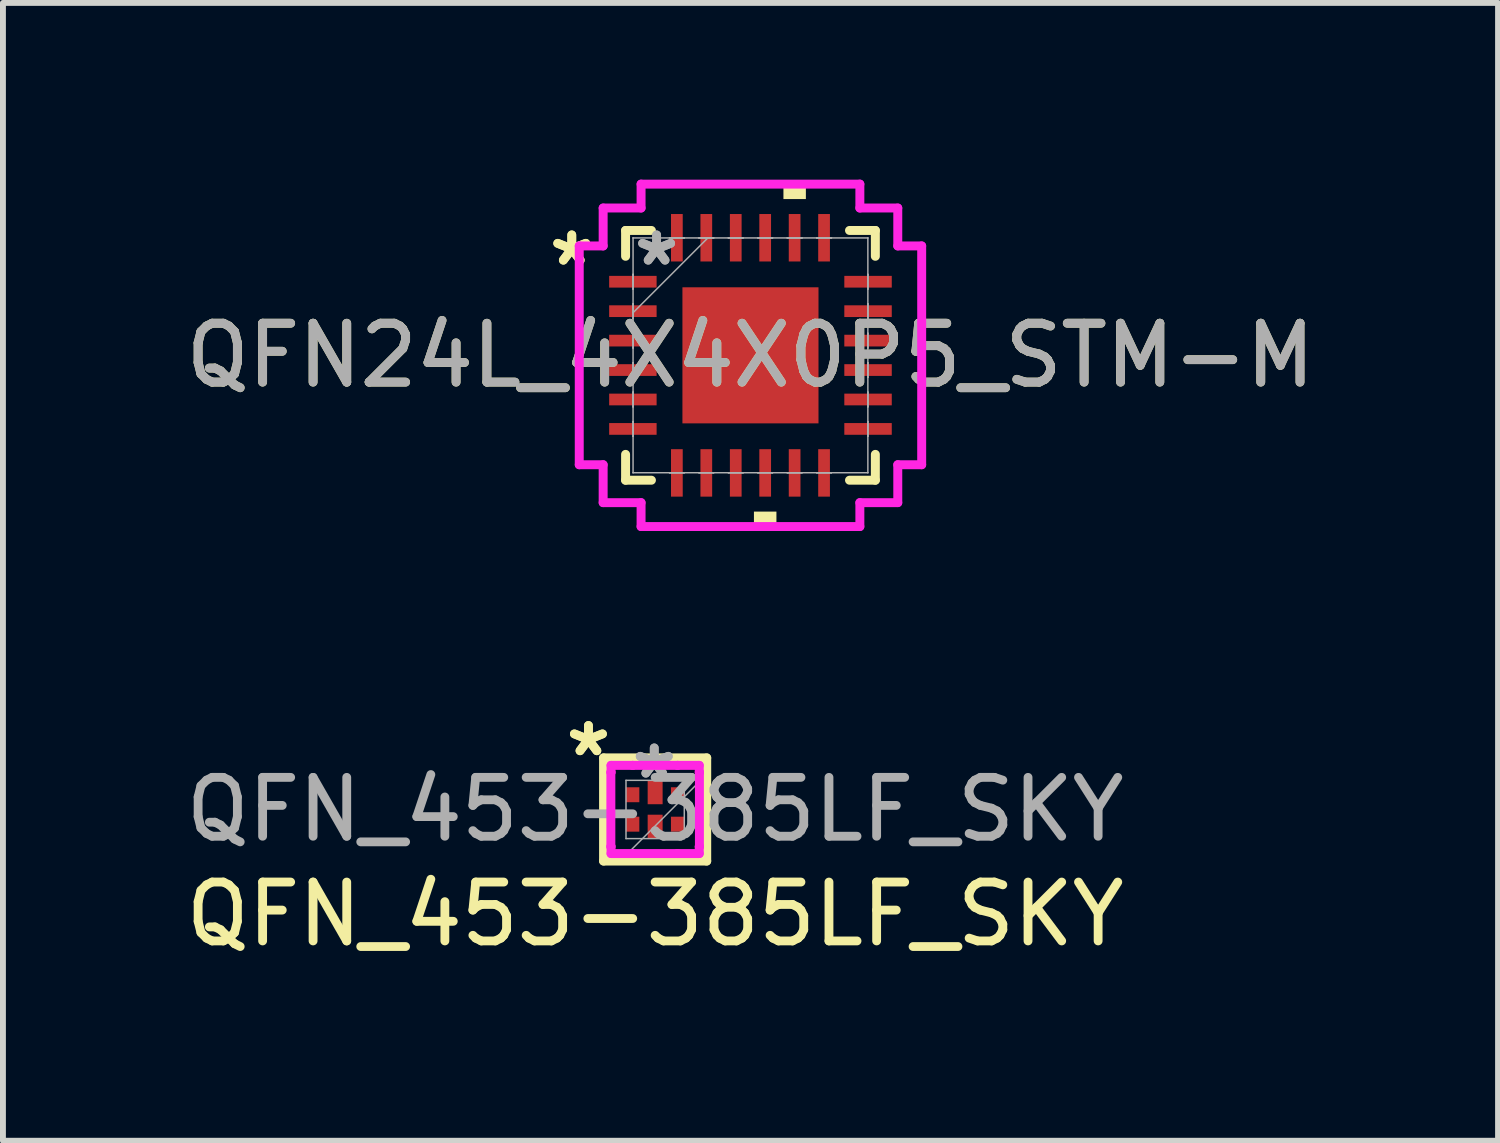
<source format=kicad_pcb>
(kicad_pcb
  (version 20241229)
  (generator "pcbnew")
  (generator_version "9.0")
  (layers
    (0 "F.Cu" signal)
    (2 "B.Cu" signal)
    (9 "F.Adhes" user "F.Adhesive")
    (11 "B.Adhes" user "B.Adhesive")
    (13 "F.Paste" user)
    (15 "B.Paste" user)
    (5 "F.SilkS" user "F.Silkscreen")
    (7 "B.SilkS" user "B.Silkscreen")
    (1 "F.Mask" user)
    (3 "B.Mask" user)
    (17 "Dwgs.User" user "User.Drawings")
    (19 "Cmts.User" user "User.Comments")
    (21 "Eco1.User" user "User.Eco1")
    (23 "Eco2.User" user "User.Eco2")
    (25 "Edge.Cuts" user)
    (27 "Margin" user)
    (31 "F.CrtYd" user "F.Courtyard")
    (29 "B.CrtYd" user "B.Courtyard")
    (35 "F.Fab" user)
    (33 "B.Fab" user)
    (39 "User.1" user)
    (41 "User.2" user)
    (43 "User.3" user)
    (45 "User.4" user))
  (footprint "QFN_453-385LF_SKY"
    (layer "F.Cu")
    (at 8.077 10.698)
    (property "Reference" "QFN_453-385LF_SKY" (at 0 1.778 0) (unlocked yes) (layer "F.SilkS") (effects (font (size 1 1) (thickness 0.15))))
    (attr smd)
    (fp_line (start -0.876 -0.876) (end -0.876 0.876) (stroke (width 0.152) (type solid)) (layer "F.SilkS"))
    (fp_line (start -0.876 0.876) (end 0.876 0.876) (stroke (width 0.152) (type solid)) (layer "F.SilkS"))
    (fp_line (start 0.876 -0.876) (end -0.876 -0.876) (stroke (width 0.152) (type solid)) (layer "F.SilkS"))
    (fp_line (start 0.876 0.876) (end 0.876 -0.876) (stroke (width 0.152) (type solid)) (layer "F.SilkS"))
    (fp_line (start -0.752 -0.631) (end -0.749 -0.631) (stroke (width 0.152) (type solid)) (layer "F.CrtYd"))
    (fp_line (start -0.752 0.631) (end -0.752 -0.631) (stroke (width 0.152) (type solid)) (layer "F.CrtYd"))
    (fp_line (start -0.749 -0.749) (end -0.381 -0.749) (stroke (width 0.152) (type solid)) (layer "F.CrtYd"))
    (fp_line (start -0.749 -0.631) (end -0.749 -0.749) (stroke (width 0.152) (type solid)) (layer "F.CrtYd"))
    (fp_line (start -0.749 0.631) (end -0.752 0.631) (stroke (width 0.152) (type solid)) (layer "F.CrtYd"))
    (fp_line (start -0.749 0.749) (end -0.749 0.631) (stroke (width 0.152) (type solid)) (layer "F.CrtYd"))
    (fp_line (start -0.381 -0.749) (end -0.381 -0.749) (stroke (width 0.152) (type solid)) (layer "F.CrtYd"))
    (fp_line (start -0.381 -0.749) (end 0.381 -0.749) (stroke (width 0.152) (type solid)) (layer "F.CrtYd"))
    (fp_line (start -0.381 0.749) (end -0.749 0.749) (stroke (width 0.152) (type solid)) (layer "F.CrtYd"))
    (fp_line (start -0.381 0.749) (end -0.381 0.749) (stroke (width 0.152) (type solid)) (layer "F.CrtYd"))
    (fp_line (start 0.381 -0.749) (end 0.381 -0.749) (stroke (width 0.152) (type solid)) (layer "F.CrtYd"))
    (fp_line (start 0.381 -0.749) (end 0.749 -0.749) (stroke (width 0.152) (type solid)) (layer "F.CrtYd"))
    (fp_line (start 0.381 0.749) (end -0.381 0.749) (stroke (width 0.152) (type solid)) (layer "F.CrtYd"))
    (fp_line (start 0.381 0.749) (end 0.381 0.749) (stroke (width 0.152) (type solid)) (layer "F.CrtYd"))
    (fp_line (start 0.749 -0.749) (end 0.749 -0.631) (stroke (width 0.152) (type solid)) (layer "F.CrtYd"))
    (fp_line (start 0.749 -0.631) (end 0.752 -0.631) (stroke (width 0.152) (type solid)) (layer "F.CrtYd"))
    (fp_line (start 0.749 0.631) (end 0.749 0.749) (stroke (width 0.152) (type solid)) (layer "F.CrtYd"))
    (fp_line (start 0.749 0.749) (end 0.381 0.749) (stroke (width 0.152) (type solid)) (layer "F.CrtYd"))
    (fp_line (start 0.752 -0.631) (end 0.752 0.631) (stroke (width 0.152) (type solid)) (layer "F.CrtYd"))
    (fp_line (start 0.752 0.631) (end 0.749 0.631) (stroke (width 0.152) (type solid)) (layer "F.CrtYd"))
    (fp_line (start -0.495 -0.495) (end -0.495 0.495) (stroke (width 0.025) (type solid)) (layer "F.Fab"))
    (fp_line (start -0.495 0.495) (end 0.495 0.495) (stroke (width 0.025) (type solid)) (layer "F.Fab"))
    (fp_line (start -0.495 0.775) (end 0.775 -0.495) (stroke (width 0.025) (type solid)) (layer "F.Fab"))
    (fp_line (start 0.495 -0.495) (end -0.495 -0.495) (stroke (width 0.025) (type solid)) (layer "F.Fab"))
    (fp_line (start 0.495 0.495) (end 0.495 -0.495) (stroke (width 0.025) (type solid)) (layer "F.Fab"))
    (fp_text user "*" (at -1.133 -0.881 0) (layer "F.SilkS") (effects (font (size 1 1) (thickness 0.15))))
    (fp_text user "*" (at -1.133 -0.881 0) (unlocked yes) (layer "F.SilkS") (effects (font (size 1 1) (thickness 0.15))))
    (fp_text user "*" (at -0.015 -0.5 0) (layer "F.Fab") (effects (font (size 1 1) (thickness 0.15))))
    (fp_text user "*" (at -0.015 -0.5 0) (unlocked yes) (layer "F.Fab") (effects (font (size 1 1) (thickness 0.15))))
    (fp_text user "${REFERENCE}" (at 0 0 0) (unlocked yes) (layer "F.Fab") (effects (font (size 1 1) (thickness 0.15))))
    (pad "1" smd rect (at -0.383 -0.25 90) (size 0.254 0.229) (layers "F.Cu" "F.Mask" "F.Paste"))
    (pad "2" smd rect (at -0.383 0.25 90) (size 0.254 0.229) (layers "F.Cu" "F.Mask" "F.Paste"))
    (pad "3" smd rect (at 0 0.292) (size 0.254 0.406) (layers "F.Cu" "F.Mask" "F.Paste"))
    (pad "4" smd rect (at 0.383 0.25 90) (size 0.254 0.229) (layers "F.Cu" "F.Mask" "F.Paste"))
    (pad "5" smd rect (at 0.383 -0.25 90) (size 0.254 0.229) (layers "F.Cu" "F.Mask" "F.Paste"))
    (pad "6" smd rect (at 0 -0.292) (size 0.254 0.406) (layers "F.Cu" "F.Mask" "F.Paste")))
  (footprint "QFN24L_4X4X0P5_STM-M"
    (layer "F.Cu")
    (at 9.696 2.985)
    (property "Reference" "QFN24L_4X4X0P5_STM-M" (at 0 0 0) (unlocked yes) (layer "F.SilkS") (effects (font (size 1 1) (thickness 0.15))))
    (attr smd)
    (fp_line (start -2.121 -2.121) (end -2.121 -1.682) (stroke (width 0.152) (type solid)) (layer "F.SilkS"))
    (fp_line (start -2.121 1.682) (end -2.121 2.121) (stroke (width 0.152) (type solid)) (layer "F.SilkS"))
    (fp_line (start -2.121 2.121) (end -1.682 2.121) (stroke (width 0.152) (type solid)) (layer "F.SilkS"))
    (fp_line (start -1.682 -2.121) (end -2.121 -2.121) (stroke (width 0.152) (type solid)) (layer "F.SilkS"))
    (fp_line (start 1.682 2.121) (end 2.121 2.121) (stroke (width 0.152) (type solid)) (layer "F.SilkS"))
    (fp_line (start 2.121 -2.121) (end 1.682 -2.121) (stroke (width 0.152) (type solid)) (layer "F.SilkS"))
    (fp_line (start 2.121 -1.682) (end 2.121 -2.121) (stroke (width 0.152) (type solid)) (layer "F.SilkS"))
    (fp_line (start 2.121 2.121) (end 2.121 1.682) (stroke (width 0.152) (type solid)) (layer "F.SilkS"))
    (fp_poly (pts (xy 0.059 2.654) (xy 0.059 2.908) (xy 0.441 2.908) (xy 0.441 2.654)) (stroke (width 0) (type solid)) (fill yes) (layer "F.SilkS"))
    (fp_poly (pts (xy 0.56 -2.654) (xy 0.56 -2.908) (xy 0.941 -2.908) (xy 0.941 -2.654)) (stroke (width 0) (type solid)) (fill yes) (layer "F.SilkS"))
    (fp_line (start -2.908 -1.858) (end -2.502 -1.858) (stroke (width 0.152) (type solid)) (layer "F.CrtYd"))
    (fp_line (start -2.908 1.858) (end -2.908 -1.858) (stroke (width 0.152) (type solid)) (layer "F.CrtYd"))
    (fp_line (start -2.502 -2.502) (end -1.858 -2.502) (stroke (width 0.152) (type solid)) (layer "F.CrtYd"))
    (fp_line (start -2.502 -1.858) (end -2.502 -2.502) (stroke (width 0.152) (type solid)) (layer "F.CrtYd"))
    (fp_line (start -2.502 1.858) (end -2.908 1.858) (stroke (width 0.152) (type solid)) (layer "F.CrtYd"))
    (fp_line (start -2.502 2.502) (end -2.502 1.858) (stroke (width 0.152) (type solid)) (layer "F.CrtYd"))
    (fp_line (start -1.858 -2.908) (end 1.858 -2.908) (stroke (width 0.152) (type solid)) (layer "F.CrtYd"))
    (fp_line (start -1.858 -2.502) (end -1.858 -2.908) (stroke (width 0.152) (type solid)) (layer "F.CrtYd"))
    (fp_line (start -1.858 2.502) (end -2.502 2.502) (stroke (width 0.152) (type solid)) (layer "F.CrtYd"))
    (fp_line (start -1.858 2.908) (end -1.858 2.502) (stroke (width 0.152) (type solid)) (layer "F.CrtYd"))
    (fp_line (start 1.858 -2.908) (end 1.858 -2.502) (stroke (width 0.152) (type solid)) (layer "F.CrtYd"))
    (fp_line (start 1.858 -2.502) (end 2.502 -2.502) (stroke (width 0.152) (type solid)) (layer "F.CrtYd"))
    (fp_line (start 1.858 2.502) (end 1.858 2.908) (stroke (width 0.152) (type solid)) (layer "F.CrtYd"))
    (fp_line (start 1.858 2.908) (end -1.858 2.908) (stroke (width 0.152) (type solid)) (layer "F.CrtYd"))
    (fp_line (start 2.502 -2.502) (end 2.502 -1.858) (stroke (width 0.152) (type solid)) (layer "F.CrtYd"))
    (fp_line (start 2.502 -1.858) (end 2.908 -1.858) (stroke (width 0.152) (type solid)) (layer "F.CrtYd"))
    (fp_line (start 2.502 1.858) (end 2.502 2.502) (stroke (width 0.152) (type solid)) (layer "F.CrtYd"))
    (fp_line (start 2.502 2.502) (end 1.858 2.502) (stroke (width 0.152) (type solid)) (layer "F.CrtYd"))
    (fp_line (start 2.908 -1.858) (end 2.908 1.858) (stroke (width 0.152) (type solid)) (layer "F.CrtYd"))
    (fp_line (start 2.908 1.858) (end 2.502 1.858) (stroke (width 0.152) (type solid)) (layer "F.CrtYd"))
    (fp_line (start -1.994 -1.994) (end -1.994 -1.994) (stroke (width 0.025) (type solid)) (layer "F.Fab"))
    (fp_line (start -1.994 -1.994) (end -1.994 1.994) (stroke (width 0.025) (type solid)) (layer "F.Fab"))
    (fp_line (start -1.994 -1.375) (end -1.994 -1.375) (stroke (width 0.025) (type solid)) (layer "F.Fab"))
    (fp_line (start -1.994 -1.375) (end -1.994 -1.125) (stroke (width 0.025) (type solid)) (layer "F.Fab"))
    (fp_line (start -1.994 -1.125) (end -1.994 -1.375) (stroke (width 0.025) (type solid)) (layer "F.Fab"))
    (fp_line (start -1.994 -1.125) (end -1.994 -1.125) (stroke (width 0.025) (type solid)) (layer "F.Fab"))
    (fp_line (start -1.994 -0.875) (end -1.994 -0.875) (stroke (width 0.025) (type solid)) (layer "F.Fab"))
    (fp_line (start -1.994 -0.875) (end -1.994 -0.625) (stroke (width 0.025) (type solid)) (layer "F.Fab"))
    (fp_line (start -1.994 -0.724) (end -0.724 -1.994) (stroke (width 0.025) (type solid)) (layer "F.Fab"))
    (fp_line (start -1.994 -0.625) (end -1.994 -0.875) (stroke (width 0.025) (type solid)) (layer "F.Fab"))
    (fp_line (start -1.994 -0.625) (end -1.994 -0.625) (stroke (width 0.025) (type solid)) (layer "F.Fab"))
    (fp_line (start -1.994 -0.375) (end -1.994 -0.375) (stroke (width 0.025) (type solid)) (layer "F.Fab"))
    (fp_line (start -1.994 -0.375) (end -1.994 -0.125) (stroke (width 0.025) (type solid)) (layer "F.Fab"))
    (fp_line (start -1.994 -0.125) (end -1.994 -0.375) (stroke (width 0.025) (type solid)) (layer "F.Fab"))
    (fp_line (start -1.994 -0.125) (end -1.994 -0.125) (stroke (width 0.025) (type solid)) (layer "F.Fab"))
    (fp_line (start -1.994 0.125) (end -1.994 0.125) (stroke (width 0.025) (type solid)) (layer "F.Fab"))
    (fp_line (start -1.994 0.125) (end -1.994 0.375) (stroke (width 0.025) (type solid)) (layer "F.Fab"))
    (fp_line (start -1.994 0.375) (end -1.994 0.125) (stroke (width 0.025) (type solid)) (layer "F.Fab"))
    (fp_line (start -1.994 0.375) (end -1.994 0.375) (stroke (width 0.025) (type solid)) (layer "F.Fab"))
    (fp_line (start -1.994 0.625) (end -1.994 0.625) (stroke (width 0.025) (type solid)) (layer "F.Fab"))
    (fp_line (start -1.994 0.625) (end -1.994 0.875) (stroke (width 0.025) (type solid)) (layer "F.Fab"))
    (fp_line (start -1.994 0.875) (end -1.994 0.625) (stroke (width 0.025) (type solid)) (layer "F.Fab"))
    (fp_line (start -1.994 0.875) (end -1.994 0.875) (stroke (width 0.025) (type solid)) (layer "F.Fab"))
    (fp_line (start -1.994 1.125) (end -1.994 1.125) (stroke (width 0.025) (type solid)) (layer "F.Fab"))
    (fp_line (start -1.994 1.125) (end -1.994 1.375) (stroke (width 0.025) (type solid)) (layer "F.Fab"))
    (fp_line (start -1.994 1.375) (end -1.994 1.125) (stroke (width 0.025) (type solid)) (layer "F.Fab"))
    (fp_line (start -1.994 1.375) (end -1.994 1.375) (stroke (width 0.025) (type solid)) (layer "F.Fab"))
    (fp_line (start -1.994 1.994) (end -1.994 1.994) (stroke (width 0.025) (type solid)) (layer "F.Fab"))
    (fp_line (start -1.994 1.994) (end 1.994 1.994) (stroke (width 0.025) (type solid)) (layer "F.Fab"))
    (fp_line (start -1.375 -1.994) (end -1.375 -1.994) (stroke (width 0.025) (type solid)) (layer "F.Fab"))
    (fp_line (start -1.375 -1.994) (end -1.125 -1.994) (stroke (width 0.025) (type solid)) (layer "F.Fab"))
    (fp_line (start -1.375 1.994) (end -1.375 1.994) (stroke (width 0.025) (type solid)) (layer "F.Fab"))
    (fp_line (start -1.375 1.994) (end -1.125 1.994) (stroke (width 0.025) (type solid)) (layer "F.Fab"))
    (fp_line (start -1.125 -1.994) (end -1.375 -1.994) (stroke (width 0.025) (type solid)) (layer "F.Fab"))
    (fp_line (start -1.125 -1.994) (end -1.125 -1.994) (stroke (width 0.025) (type solid)) (layer "F.Fab"))
    (fp_line (start -1.125 1.994) (end -1.375 1.994) (stroke (width 0.025) (type solid)) (layer "F.Fab"))
    (fp_line (start -1.125 1.994) (end -1.125 1.994) (stroke (width 0.025) (type solid)) (layer "F.Fab"))
    (fp_line (start -0.875 -1.994) (end -0.875 -1.994) (stroke (width 0.025) (type solid)) (layer "F.Fab"))
    (fp_line (start -0.875 -1.994) (end -0.625 -1.994) (stroke (width 0.025) (type solid)) (layer "F.Fab"))
    (fp_line (start -0.875 1.994) (end -0.875 1.994) (stroke (width 0.025) (type solid)) (layer "F.Fab"))
    (fp_line (start -0.875 1.994) (end -0.625 1.994) (stroke (width 0.025) (type solid)) (layer "F.Fab"))
    (fp_line (start -0.625 -1.994) (end -0.875 -1.994) (stroke (width 0.025) (type solid)) (layer "F.Fab"))
    (fp_line (start -0.625 -1.994) (end -0.625 -1.994) (stroke (width 0.025) (type solid)) (layer "F.Fab"))
    (fp_line (start -0.625 1.994) (end -0.875 1.994) (stroke (width 0.025) (type solid)) (layer "F.Fab"))
    (fp_line (start -0.625 1.994) (end -0.625 1.994) (stroke (width 0.025) (type solid)) (layer "F.Fab"))
    (fp_line (start -0.375 -1.994) (end -0.375 -1.994) (stroke (width 0.025) (type solid)) (layer "F.Fab"))
    (fp_line (start -0.375 -1.994) (end -0.125 -1.994) (stroke (width 0.025) (type solid)) (layer "F.Fab"))
    (fp_line (start -0.375 1.994) (end -0.375 1.994) (stroke (width 0.025) (type solid)) (layer "F.Fab"))
    (fp_line (start -0.375 1.994) (end -0.125 1.994) (stroke (width 0.025) (type solid)) (layer "F.Fab"))
    (fp_line (start -0.125 -1.994) (end -0.375 -1.994) (stroke (width 0.025) (type solid)) (layer "F.Fab"))
    (fp_line (start -0.125 -1.994) (end -0.125 -1.994) (stroke (width 0.025) (type solid)) (layer "F.Fab"))
    (fp_line (start -0.125 1.994) (end -0.375 1.994) (stroke (width 0.025) (type solid)) (layer "F.Fab"))
    (fp_line (start -0.125 1.994) (end -0.125 1.994) (stroke (width 0.025) (type solid)) (layer "F.Fab"))
    (fp_line (start 0.125 -1.994) (end 0.125 -1.994) (stroke (width 0.025) (type solid)) (layer "F.Fab"))
    (fp_line (start 0.125 -1.994) (end 0.375 -1.994) (stroke (width 0.025) (type solid)) (layer "F.Fab"))
    (fp_line (start 0.125 1.994) (end 0.125 1.994) (stroke (width 0.025) (type solid)) (layer "F.Fab"))
    (fp_line (start 0.125 1.994) (end 0.375 1.994) (stroke (width 0.025) (type solid)) (layer "F.Fab"))
    (fp_line (start 0.375 -1.994) (end 0.125 -1.994) (stroke (width 0.025) (type solid)) (layer "F.Fab"))
    (fp_line (start 0.375 -1.994) (end 0.375 -1.994) (stroke (width 0.025) (type solid)) (layer "F.Fab"))
    (fp_line (start 0.375 1.994) (end 0.125 1.994) (stroke (width 0.025) (type solid)) (layer "F.Fab"))
    (fp_line (start 0.375 1.994) (end 0.375 1.994) (stroke (width 0.025) (type solid)) (layer "F.Fab"))
    (fp_line (start 0.625 -1.994) (end 0.625 -1.994) (stroke (width 0.025) (type solid)) (layer "F.Fab"))
    (fp_line (start 0.625 -1.994) (end 0.875 -1.994) (stroke (width 0.025) (type solid)) (layer "F.Fab"))
    (fp_line (start 0.625 1.994) (end 0.625 1.994) (stroke (width 0.025) (type solid)) (layer "F.Fab"))
    (fp_line (start 0.625 1.994) (end 0.875 1.994) (stroke (width 0.025) (type solid)) (layer "F.Fab"))
    (fp_line (start 0.875 -1.994) (end 0.625 -1.994) (stroke (width 0.025) (type solid)) (layer "F.Fab"))
    (fp_line (start 0.875 -1.994) (end 0.875 -1.994) (stroke (width 0.025) (type solid)) (layer "F.Fab"))
    (fp_line (start 0.875 1.994) (end 0.625 1.994) (stroke (width 0.025) (type solid)) (layer "F.Fab"))
    (fp_line (start 0.875 1.994) (end 0.875 1.994) (stroke (width 0.025) (type solid)) (layer "F.Fab"))
    (fp_line (start 1.125 -1.994) (end 1.125 -1.994) (stroke (width 0.025) (type solid)) (layer "F.Fab"))
    (fp_line (start 1.125 -1.994) (end 1.375 -1.994) (stroke (width 0.025) (type solid)) (layer "F.Fab"))
    (fp_line (start 1.125 1.994) (end 1.125 1.994) (stroke (width 0.025) (type solid)) (layer "F.Fab"))
    (fp_line (start 1.125 1.994) (end 1.375 1.994) (stroke (width 0.025) (type solid)) (layer "F.Fab"))
    (fp_line (start 1.375 -1.994) (end 1.125 -1.994) (stroke (width 0.025) (type solid)) (layer "F.Fab"))
    (fp_line (start 1.375 -1.994) (end 1.375 -1.994) (stroke (width 0.025) (type solid)) (layer "F.Fab"))
    (fp_line (start 1.375 1.994) (end 1.125 1.994) (stroke (width 0.025) (type solid)) (layer "F.Fab"))
    (fp_line (start 1.375 1.994) (end 1.375 1.994) (stroke (width 0.025) (type solid)) (layer "F.Fab"))
    (fp_line (start 1.994 -1.994) (end -1.994 -1.994) (stroke (width 0.025) (type solid)) (layer "F.Fab"))
    (fp_line (start 1.994 -1.994) (end 1.994 -1.994) (stroke (width 0.025) (type solid)) (layer "F.Fab"))
    (fp_line (start 1.994 -1.375) (end 1.994 -1.375) (stroke (width 0.025) (type solid)) (layer "F.Fab"))
    (fp_line (start 1.994 -1.375) (end 1.994 -1.125) (stroke (width 0.025) (type solid)) (layer "F.Fab"))
    (fp_line (start 1.994 -1.125) (end 1.994 -1.375) (stroke (width 0.025) (type solid)) (layer "F.Fab"))
    (fp_line (start 1.994 -1.125) (end 1.994 -1.125) (stroke (width 0.025) (type solid)) (layer "F.Fab"))
    (fp_line (start 1.994 -0.875) (end 1.994 -0.875) (stroke (width 0.025) (type solid)) (layer "F.Fab"))
    (fp_line (start 1.994 -0.875) (end 1.994 -0.625) (stroke (width 0.025) (type solid)) (layer "F.Fab"))
    (fp_line (start 1.994 -0.625) (end 1.994 -0.875) (stroke (width 0.025) (type solid)) (layer "F.Fab"))
    (fp_line (start 1.994 -0.625) (end 1.994 -0.625) (stroke (width 0.025) (type solid)) (layer "F.Fab"))
    (fp_line (start 1.994 -0.375) (end 1.994 -0.375) (stroke (width 0.025) (type solid)) (layer "F.Fab"))
    (fp_line (start 1.994 -0.375) (end 1.994 -0.125) (stroke (width 0.025) (type solid)) (layer "F.Fab"))
    (fp_line (start 1.994 -0.125) (end 1.994 -0.375) (stroke (width 0.025) (type solid)) (layer "F.Fab"))
    (fp_line (start 1.994 -0.125) (end 1.994 -0.125) (stroke (width 0.025) (type solid)) (layer "F.Fab"))
    (fp_line (start 1.994 0.125) (end 1.994 0.125) (stroke (width 0.025) (type solid)) (layer "F.Fab"))
    (fp_line (start 1.994 0.125) (end 1.994 0.375) (stroke (width 0.025) (type solid)) (layer "F.Fab"))
    (fp_line (start 1.994 0.375) (end 1.994 0.125) (stroke (width 0.025) (type solid)) (layer "F.Fab"))
    (fp_line (start 1.994 0.375) (end 1.994 0.375) (stroke (width 0.025) (type solid)) (layer "F.Fab"))
    (fp_line (start 1.994 0.625) (end 1.994 0.625) (stroke (width 0.025) (type solid)) (layer "F.Fab"))
    (fp_line (start 1.994 0.625) (end 1.994 0.875) (stroke (width 0.025) (type solid)) (layer "F.Fab"))
    (fp_line (start 1.994 0.875) (end 1.994 0.625) (stroke (width 0.025) (type solid)) (layer "F.Fab"))
    (fp_line (start 1.994 0.875) (end 1.994 0.875) (stroke (width 0.025) (type solid)) (layer "F.Fab"))
    (fp_line (start 1.994 1.125) (end 1.994 1.125) (stroke (width 0.025) (type solid)) (layer "F.Fab"))
    (fp_line (start 1.994 1.125) (end 1.994 1.375) (stroke (width 0.025) (type solid)) (layer "F.Fab"))
    (fp_line (start 1.994 1.375) (end 1.994 1.125) (stroke (width 0.025) (type solid)) (layer "F.Fab"))
    (fp_line (start 1.994 1.375) (end 1.994 1.375) (stroke (width 0.025) (type solid)) (layer "F.Fab"))
    (fp_line (start 1.994 1.994) (end 1.994 -1.994) (stroke (width 0.025) (type solid)) (layer "F.Fab"))
    (fp_line (start 1.994 1.994) (end 1.994 1.994) (stroke (width 0.025) (type solid)) (layer "F.Fab"))
    (fp_text user "*" (at -3.035 -1.5 0) (unlocked yes) (layer "F.SilkS") (effects (font (size 1 1) (thickness 0.15))))
    (fp_text user "*" (at -3.035 -1.5 0) (layer "F.SilkS") (effects (font (size 1 1) (thickness 0.15))))
    (fp_text user "*" (at -1.594 -1.5 0) (layer "F.Fab") (effects (font (size 1 1) (thickness 0.15))))
    (fp_text user "${REFERENCE}" (at 0 0 0) (unlocked yes) (layer "F.Fab") (effects (font (size 1 1) (thickness 0.15))))
    (fp_text user "*" (at -1.594 -1.5 0) (unlocked yes) (layer "F.Fab") (effects (font (size 1 1) (thickness 0.15))))
    (pad "1" smd rect (at -1.997 -1.25 90) (size 0.199 0.806) (layers "F.Cu" "F.Mask" "F.Paste"))
    (pad "2" smd rect (at -1.997 -0.75 90) (size 0.199 0.806) (layers "F.Cu" "F.Mask" "F.Paste"))
    (pad "3" smd rect (at -1.997 -0.25 90) (size 0.199 0.806) (layers "F.Cu" "F.Mask" "F.Paste"))
    (pad "4" smd rect (at -1.997 0.25 90) (size 0.199 0.806) (layers "F.Cu" "F.Mask" "F.Paste"))
    (pad "5" smd rect (at -1.997 0.75 90) (size 0.199 0.806) (layers "F.Cu" "F.Mask" "F.Paste"))
    (pad "6" smd rect (at -1.997 1.25 90) (size 0.199 0.806) (layers "F.Cu" "F.Mask" "F.Paste"))
    (pad "7" smd rect (at -1.25 1.997) (size 0.199 0.806) (layers "F.Cu" "F.Mask" "F.Paste"))
    (pad "8" smd rect (at -0.75 1.997) (size 0.199 0.806) (layers "F.Cu" "F.Mask" "F.Paste"))
    (pad "9" smd rect (at -0.25 1.997) (size 0.199 0.806) (layers "F.Cu" "F.Mask" "F.Paste"))
    (pad "10" smd rect (at 0.25 1.997) (size 0.199 0.806) (layers "F.Cu" "F.Mask" "F.Paste"))
    (pad "11" smd rect (at 0.75 1.997) (size 0.199 0.806) (layers "F.Cu" "F.Mask" "F.Paste"))
    (pad "12" smd rect (at 1.25 1.997) (size 0.199 0.806) (layers "F.Cu" "F.Mask" "F.Paste"))
    (pad "13" smd rect (at 1.997 1.25 90) (size 0.199 0.806) (layers "F.Cu" "F.Mask" "F.Paste"))
    (pad "14" smd rect (at 1.997 0.75 90) (size 0.199 0.806) (layers "F.Cu" "F.Mask" "F.Paste"))
    (pad "15" smd rect (at 1.997 0.25 90) (size 0.199 0.806) (layers "F.Cu" "F.Mask" "F.Paste"))
    (pad "16" smd rect (at 1.997 -0.25 90) (size 0.199 0.806) (layers "F.Cu" "F.Mask" "F.Paste"))
    (pad "17" smd rect (at 1.997 -0.75 90) (size 0.199 0.806) (layers "F.Cu" "F.Mask" "F.Paste"))
    (pad "18" smd rect (at 1.997 -1.25 90) (size 0.199 0.806) (layers "F.Cu" "F.Mask" "F.Paste"))
    (pad "19" smd rect (at 1.25 -1.997) (size 0.199 0.806) (layers "F.Cu" "F.Mask" "F.Paste"))
    (pad "20" smd rect (at 0.75 -1.997) (size 0.199 0.806) (layers "F.Cu" "F.Mask" "F.Paste"))
    (pad "21" smd rect (at 0.25 -1.997) (size 0.199 0.806) (layers "F.Cu" "F.Mask" "F.Paste"))
    (pad "22" smd rect (at -0.25 -1.997) (size 0.199 0.806) (layers "F.Cu" "F.Mask" "F.Paste"))
    (pad "23" smd rect (at -0.75 -1.997) (size 0.199 0.806) (layers "F.Cu" "F.Mask" "F.Paste"))
    (pad "24" smd rect (at -1.25 -1.997) (size 0.199 0.806) (layers "F.Cu" "F.Mask" "F.Paste"))
    (pad "25" smd rect (at 0 0) (size 2.311 2.311) (layers "F.Cu" "F.Mask" "F.Paste")))
  (gr_rect
    (start -3 -3)
    (end 22.393 16.325)
    (stroke (width 0.1) (type default))
    (fill no)
    (layer "Edge.Cuts")))
</source>
